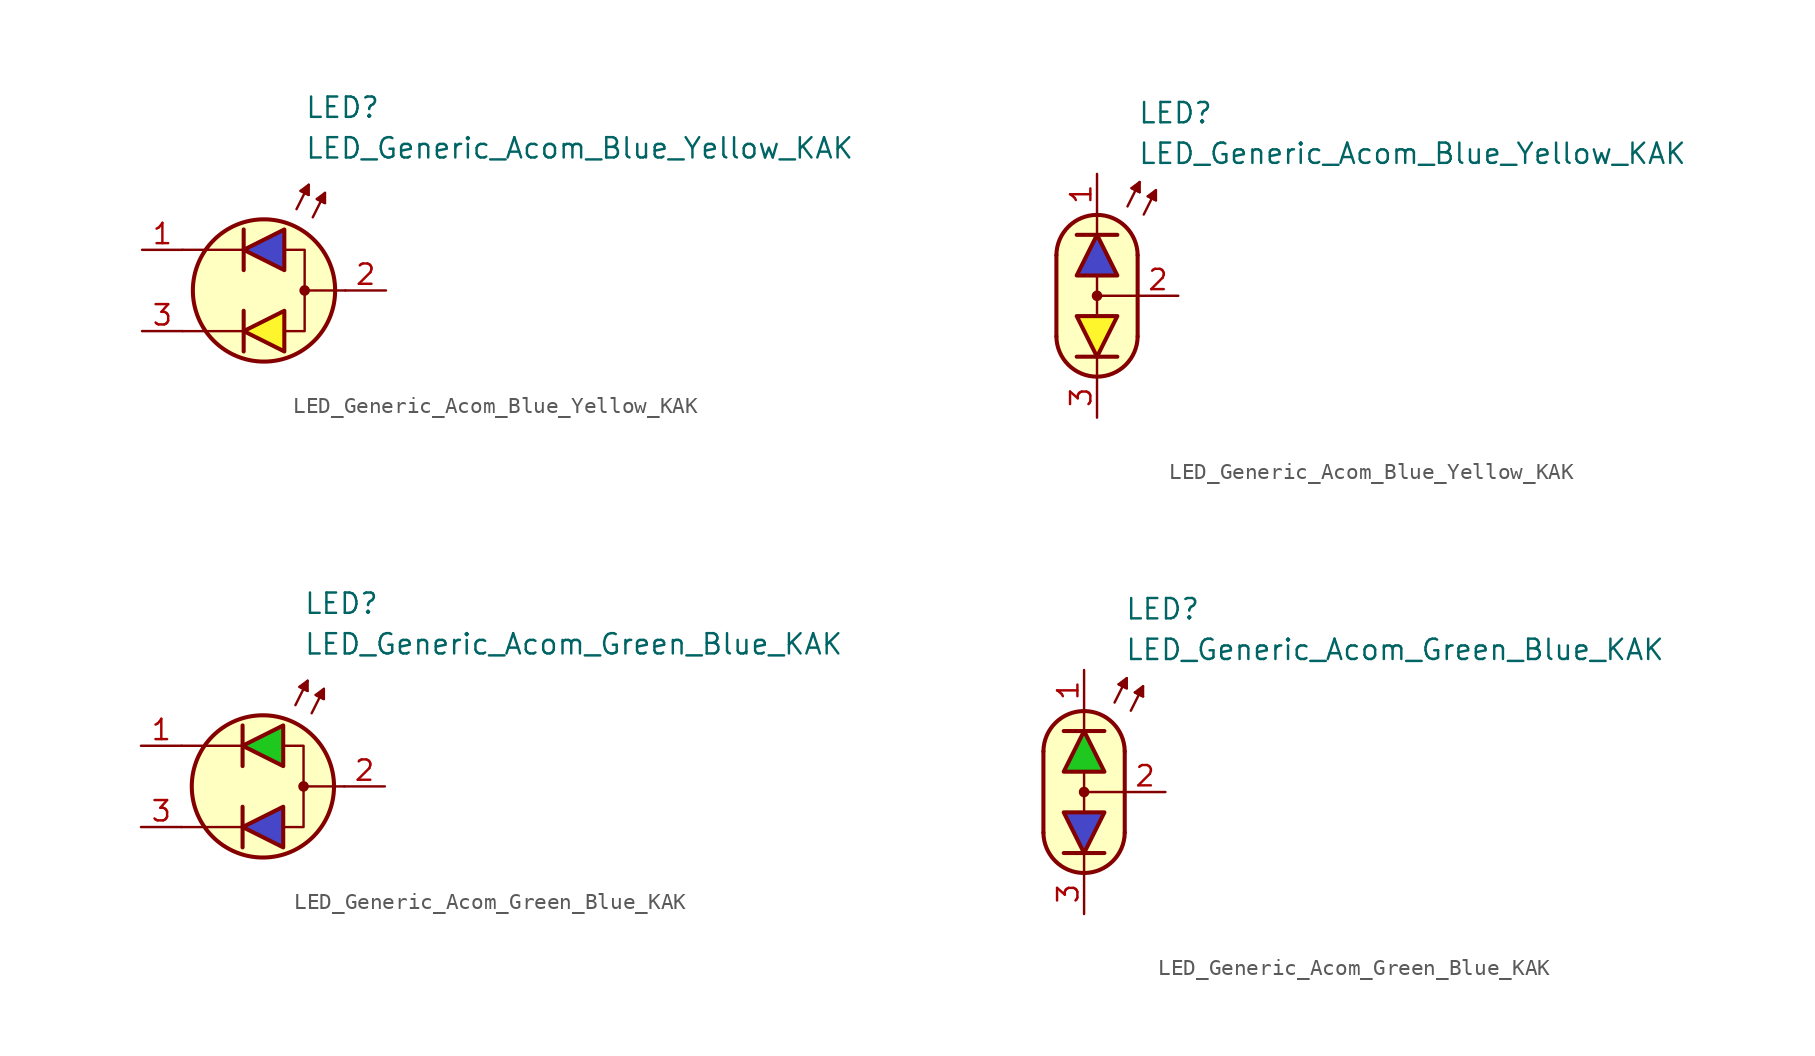
<source format=kicad_sym>
(kicad_symbol_lib
  (version 20231120)
  (generator "kicad_symbol_editor")
  (generator_version "8.0")
  (symbol "LED_Generic_Acom_Blue_Yellow_KAK"
    (pin_names
      (offset 1.016) hide)
    (property "Reference" "LED"
      (at 2.54 11.43 0)
      (effects (font (size 1.27 1.27)) (justify left)))
    (property "Value" "LED_Generic_Acom_Blue_Yellow_KAK"
      (at 2.54 8.89 0)
      (effects (font (size 1.27 1.27)) (justify left)))
    (symbol "LED_Generic_Acom_Blue_Yellow_KAK_0_1"
      (polyline (pts (xy -1.27 -3.81) (xy -1.27 -1.27)) (stroke (width 0.254) (type default)) (fill (type none)))
      (polyline (pts (xy -1.27 -2.54) (xy -5.08 -2.54)) (stroke (width 0.152) (type default)) (fill (type none)))
      (polyline (pts (xy -1.27 1.27) (xy -1.27 3.81)) (stroke (width 0.254) (type default)) (fill (type none)))
      (polyline (pts (xy -1.27 2.54) (xy -5.08 2.54)) (stroke (width 0.152) (type default)) (fill (type none)))
      (polyline (pts (xy 2.032 5.08) (xy 2.794 6.604)) (stroke (width 0.152) (type default)) (fill (type none)))
      (polyline (pts (xy 2.54 6.096) (xy 2.286 6.223)) (stroke (width 0.152) (type default)) (fill (type none)))
      (polyline (pts (xy 2.54 6.096) (xy 2.794 5.969)) (stroke (width 0.152) (type default)) (fill (type none)))
      (polyline (pts (xy 3.048 4.572) (xy 3.81 6.096)) (stroke (width 0.152) (type default)) (fill (type none)))
      (polyline (pts (xy 3.556 5.588) (xy 3.302 5.715)) (stroke (width 0.152) (type default)) (fill (type none)))
      (polyline (pts (xy 3.556 5.588) (xy 3.81 5.461)) (stroke (width 0.152) (type default)) (fill (type none)))
      (polyline (pts (xy 5.08 0) (xy 2.54 0)) (stroke (width 0.152) (type default)) (fill (type none)))
      (polyline (pts (xy 1.27 -3.81) (xy 1.27 -1.27) (xy -1.27 -2.54) (xy 1.27 -3.81)) (stroke (width 0.254) (type default)) (fill (type color) (color 255 245 45 1)))
      (polyline (pts (xy 1.27 1.27) (xy 1.27 3.81) (xy -1.27 2.54) (xy 1.27 1.27)) (stroke (width 0.254) (type default)) (fill (type color) (color 70 70 200 1)))
      (polyline (pts (xy 1.397 2.54) (xy 2.54 2.54) (xy 2.54 -2.54) (xy 1.397 -2.54)) (stroke (width 0.152) (type default)) (fill (type none)))
      (polyline (pts (xy 2.794 5.969) (xy 2.286 6.223) (xy 2.794 6.604) (xy 2.794 5.969)) (stroke (width 0.152) (type default)) (fill (type outline)))
      (polyline (pts (xy 3.81 5.461) (xy 3.302 5.715) (xy 3.81 6.096) (xy 3.81 5.461)) (stroke (width 0.152) (type default)) (fill (type outline)))
      (circle (center 0 0) (radius 4.445) (stroke (width 0.254) (type default)) (fill (type background)))
      (circle (center 2.54 0) (radius 0.254) (stroke (width 0) (type default)) (fill (type outline))))
    (symbol "LED_Generic_Acom_Blue_Yellow_KAK_0_2"
      (arc (start -2.54 -2.54) (mid 0 -5.0576) (end 2.54 -2.54) (stroke (width 0.254) (type default)) (fill (type none)))
      (polyline (pts (xy -2.54 2.54) (xy -2.54 -2.54)) (stroke (width 0.254) (type default)) (fill (type none)))
      (polyline (pts (xy -1.27 3.81) (xy 1.27 3.81)) (stroke (width 0.254) (type default)) (fill (type none)))
      (polyline (pts (xy 0 -5.08) (xy 0 -3.81)) (stroke (width 0) (type default)) (fill (type none)))
      (polyline (pts (xy 0 -1.27) (xy 0 1.27)) (stroke (width 0) (type default)) (fill (type none)))
      (polyline (pts (xy 0 5.08) (xy 0 3.81)) (stroke (width 0) (type default)) (fill (type none)))
      (polyline (pts (xy 1.27 -3.81) (xy -1.27 -3.81)) (stroke (width 0.254) (type default)) (fill (type none)))
      (polyline (pts (xy 1.905 5.588) (xy 2.667 7.112)) (stroke (width 0.152) (type default)) (fill (type none)))
      (polyline (pts (xy 2.413 6.604) (xy 2.159 6.731)) (stroke (width 0.152) (type default)) (fill (type none)))
      (polyline (pts (xy 2.413 6.604) (xy 2.667 6.477)) (stroke (width 0.152) (type default)) (fill (type none)))
      (polyline (pts (xy 2.54 -2.54) (xy 2.54 2.54)) (stroke (width 0.254) (type default)) (fill (type none)))
      (polyline (pts (xy 2.54 0) (xy 0 0)) (stroke (width 0) (type default)) (fill (type none)))
      (polyline (pts (xy 2.921 5.08) (xy 3.683 6.604)) (stroke (width 0.152) (type default)) (fill (type none)))
      (polyline (pts (xy 3.429 6.096) (xy 3.175 6.223)) (stroke (width 0.152) (type default)) (fill (type none)))
      (polyline (pts (xy 3.429 6.096) (xy 3.683 5.969)) (stroke (width 0.152) (type default)) (fill (type none)))
      (polyline (pts (xy 2.667 6.477) (xy 2.159 6.731) (xy 2.667 7.112) (xy 2.667 6.477)) (stroke (width 0.152) (type default)) (fill (type outline)))
      (polyline (pts (xy 3.683 5.969) (xy 3.175 6.223) (xy 3.683 6.604) (xy 3.683 5.969)) (stroke (width 0.152) (type default)) (fill (type outline)))
      (polyline (pts (xy 0 5.08) (xy 1.016 4.826) (xy 1.778 4.318) (xy 2.286 3.556) (xy 2.54 3.048) (xy 2.54 -2.794) (xy 2.286 -3.556) (xy 1.778 -4.318) (xy 1.016 -4.826) (xy 0.254 -5.08) (xy -0.254 -5.08) (xy -1.016 -4.826) (xy -1.524 -4.572) (xy -2.032 -4.064) (xy -2.286 -3.556) (xy -2.54 -2.794) (xy -2.54 2.794) (xy -2.286 3.556) (xy -2.032 4.064) (xy -1.524 4.572) (xy -1.016 4.826) (xy 0 5.08)) (stroke (width 0.01) (type default)) (fill (type background)))
      (circle (center 0 0) (radius 0.254) (stroke (width 0) (type default)) (fill (type outline)))
      (arc (start 2.54 2.54) (mid 0 5.0576) (end -2.54 2.54) (stroke (width 0.254) (type default)) (fill (type none))))
    (symbol "LED_Generic_Acom_Blue_Yellow_KAK_1_1"
      (pin passive line (at -7.62 2.54 0) (length 2.54) (name "A1" (effects (font (size 1.27 1.27)))) (number "1" (effects (font (size 1.27 1.27)))))
      (pin passive line (at 7.62 0 180) (length 2.54) (name "K" (effects (font (size 1.27 1.27)))) (number "2" (effects (font (size 1.27 1.27)))))
      (pin passive line (at -7.62 -2.54 0) (length 2.54) (name "A2" (effects (font (size 1.27 1.27)))) (number "3" (effects (font (size 1.27 1.27))))))
    (symbol "LED_Generic_Acom_Blue_Yellow_KAK_1_2"
      (polyline (pts (xy -1.27 1.27) (xy 1.27 1.27) (xy 0 3.81) (xy -1.27 1.27)) (stroke (width 0.254) (type default)) (fill (type color) (color 70 70 200 1)))
      (polyline (pts (xy 1.27 -1.27) (xy -1.27 -1.27) (xy 0 -3.81) (xy 1.27 -1.27)) (stroke (width 0.254) (type default)) (fill (type color) (color 255 245 45 1)))
      (pin passive line (at 0 7.62 270) (length 2.54) (name "A1" (effects (font (size 1.27 1.27)))) (number "1" (effects (font (size 1.27 1.27)))))
      (pin passive line (at 5.08 0 180) (length 2.54) (name "K" (effects (font (size 1.27 1.27)))) (number "2" (effects (font (size 1.27 1.27)))))
      (pin passive line (at 0 -7.62 90) (length 2.54) (name "A2" (effects (font (size 1.27 1.27)))) (number "3" (effects (font (size 1.27 1.27)))))))
  (symbol "LED_Generic_Acom_Green_Blue_KAK"
    (pin_names
      (offset 1.016) hide)
    (property "Reference" "LED"
      (at 2.54 11.43 0)
      (effects (font (size 1.27 1.27)) (justify left)))
    (property "Value" "LED_Generic_Acom_Green_Blue_KAK"
      (at 2.54 8.89 0)
      (effects (font (size 1.27 1.27)) (justify left)))
    (symbol "LED_Generic_Acom_Green_Blue_KAK_0_1"
      (polyline (pts (xy -1.27 -3.81) (xy -1.27 -1.27)) (stroke (width 0.254) (type default)) (fill (type none)))
      (polyline (pts (xy -1.27 -2.54) (xy -5.08 -2.54)) (stroke (width 0.152) (type default)) (fill (type none)))
      (polyline (pts (xy -1.27 1.27) (xy -1.27 3.81)) (stroke (width 0.254) (type default)) (fill (type none)))
      (polyline (pts (xy -1.27 2.54) (xy -5.08 2.54)) (stroke (width 0.152) (type default)) (fill (type none)))
      (polyline (pts (xy 2.032 5.08) (xy 2.794 6.604)) (stroke (width 0.152) (type default)) (fill (type none)))
      (polyline (pts (xy 2.54 6.096) (xy 2.286 6.223)) (stroke (width 0.152) (type default)) (fill (type none)))
      (polyline (pts (xy 2.54 6.096) (xy 2.794 5.969)) (stroke (width 0.152) (type default)) (fill (type none)))
      (polyline (pts (xy 3.048 4.572) (xy 3.81 6.096)) (stroke (width 0.152) (type default)) (fill (type none)))
      (polyline (pts (xy 3.556 5.588) (xy 3.302 5.715)) (stroke (width 0.152) (type default)) (fill (type none)))
      (polyline (pts (xy 3.556 5.588) (xy 3.81 5.461)) (stroke (width 0.152) (type default)) (fill (type none)))
      (polyline (pts (xy 5.08 0) (xy 2.54 0)) (stroke (width 0.152) (type default)) (fill (type none)))
      (polyline (pts (xy 1.27 -3.81) (xy 1.27 -1.27) (xy -1.27 -2.54) (xy 1.27 -3.81)) (stroke (width 0.254) (type default)) (fill (type color) (color 70 70 200 1)))
      (polyline (pts (xy 1.27 1.27) (xy 1.27 3.81) (xy -1.27 2.54) (xy 1.27 1.27)) (stroke (width 0.254) (type default)) (fill (type color) (color 30 200 30 1)))
      (polyline (pts (xy 1.397 2.54) (xy 2.54 2.54) (xy 2.54 -2.54) (xy 1.397 -2.54)) (stroke (width 0.152) (type default)) (fill (type none)))
      (polyline (pts (xy 2.794 5.969) (xy 2.286 6.223) (xy 2.794 6.604) (xy 2.794 5.969)) (stroke (width 0.152) (type default)) (fill (type outline)))
      (polyline (pts (xy 3.81 5.461) (xy 3.302 5.715) (xy 3.81 6.096) (xy 3.81 5.461)) (stroke (width 0.152) (type default)) (fill (type outline)))
      (circle (center 0 0) (radius 4.445) (stroke (width 0.254) (type default)) (fill (type background)))
      (circle (center 2.54 0) (radius 0.254) (stroke (width 0) (type default)) (fill (type outline))))
    (symbol "LED_Generic_Acom_Green_Blue_KAK_0_2"
      (arc (start -2.54 -2.54) (mid 0 -5.0576) (end 2.54 -2.54) (stroke (width 0.254) (type default)) (fill (type none)))
      (polyline (pts (xy -2.54 2.54) (xy -2.54 -2.54)) (stroke (width 0.254) (type default)) (fill (type none)))
      (polyline (pts (xy -1.27 3.81) (xy 1.27 3.81)) (stroke (width 0.254) (type default)) (fill (type none)))
      (polyline (pts (xy 0 -5.08) (xy 0 -3.81)) (stroke (width 0) (type default)) (fill (type none)))
      (polyline (pts (xy 0 -1.27) (xy 0 1.27)) (stroke (width 0) (type default)) (fill (type none)))
      (polyline (pts (xy 0 5.08) (xy 0 3.81)) (stroke (width 0) (type default)) (fill (type none)))
      (polyline (pts (xy 1.27 -3.81) (xy -1.27 -3.81)) (stroke (width 0.254) (type default)) (fill (type none)))
      (polyline (pts (xy 1.905 5.588) (xy 2.667 7.112)) (stroke (width 0.152) (type default)) (fill (type none)))
      (polyline (pts (xy 2.413 6.604) (xy 2.159 6.731)) (stroke (width 0.152) (type default)) (fill (type none)))
      (polyline (pts (xy 2.413 6.604) (xy 2.667 6.477)) (stroke (width 0.152) (type default)) (fill (type none)))
      (polyline (pts (xy 2.54 -2.54) (xy 2.54 2.54)) (stroke (width 0.254) (type default)) (fill (type none)))
      (polyline (pts (xy 2.54 0) (xy 0 0)) (stroke (width 0) (type default)) (fill (type none)))
      (polyline (pts (xy 2.921 5.08) (xy 3.683 6.604)) (stroke (width 0.152) (type default)) (fill (type none)))
      (polyline (pts (xy 3.429 6.096) (xy 3.175 6.223)) (stroke (width 0.152) (type default)) (fill (type none)))
      (polyline (pts (xy 3.429 6.096) (xy 3.683 5.969)) (stroke (width 0.152) (type default)) (fill (type none)))
      (polyline (pts (xy 2.667 6.477) (xy 2.159 6.731) (xy 2.667 7.112) (xy 2.667 6.477)) (stroke (width 0.152) (type default)) (fill (type outline)))
      (polyline (pts (xy 3.683 5.969) (xy 3.175 6.223) (xy 3.683 6.604) (xy 3.683 5.969)) (stroke (width 0.152) (type default)) (fill (type outline)))
      (polyline (pts (xy 0 5.08) (xy 1.016 4.826) (xy 1.778 4.318) (xy 2.286 3.556) (xy 2.54 3.048) (xy 2.54 -2.794) (xy 2.286 -3.556) (xy 1.778 -4.318) (xy 1.016 -4.826) (xy 0.254 -5.08) (xy -0.254 -5.08) (xy -1.016 -4.826) (xy -1.524 -4.572) (xy -2.032 -4.064) (xy -2.286 -3.556) (xy -2.54 -2.794) (xy -2.54 2.794) (xy -2.286 3.556) (xy -2.032 4.064) (xy -1.524 4.572) (xy -1.016 4.826) (xy 0 5.08)) (stroke (width 0.01) (type default)) (fill (type background)))
      (circle (center 0 0) (radius 0.254) (stroke (width 0) (type default)) (fill (type outline)))
      (arc (start 2.54 2.54) (mid 0 5.0576) (end -2.54 2.54) (stroke (width 0.254) (type default)) (fill (type none))))
    (symbol "LED_Generic_Acom_Green_Blue_KAK_1_1"
      (pin passive line (at -7.62 2.54 0) (length 2.54) (name "A1" (effects (font (size 1.27 1.27)))) (number "1" (effects (font (size 1.27 1.27)))))
      (pin passive line (at 7.62 0 180) (length 2.54) (name "K" (effects (font (size 1.27 1.27)))) (number "2" (effects (font (size 1.27 1.27)))))
      (pin passive line (at -7.62 -2.54 0) (length 2.54) (name "A2" (effects (font (size 1.27 1.27)))) (number "3" (effects (font (size 1.27 1.27))))))
    (symbol "LED_Generic_Acom_Green_Blue_KAK_1_2"
      (polyline (pts (xy -1.27 1.27) (xy 1.27 1.27) (xy 0 3.81) (xy -1.27 1.27)) (stroke (width 0.254) (type default)) (fill (type color) (color 30 200 30 1)))
      (polyline (pts (xy 1.27 -1.27) (xy -1.27 -1.27) (xy 0 -3.81) (xy 1.27 -1.27)) (stroke (width 0.254) (type default)) (fill (type color) (color 70 70 200 1)))
      (pin passive line (at 0 7.62 270) (length 2.54) (name "A1" (effects (font (size 1.27 1.27)))) (number "1" (effects (font (size 1.27 1.27)))))
      (pin passive line (at 5.08 0 180) (length 2.54) (name "K" (effects (font (size 1.27 1.27)))) (number "2" (effects (font (size 1.27 1.27)))))
      (pin passive line (at 0 -7.62 90) (length 2.54) (name "A2" (effects (font (size 1.27 1.27)))) (number "3" (effects (font (size 1.27 1.27))))))))
</source>
